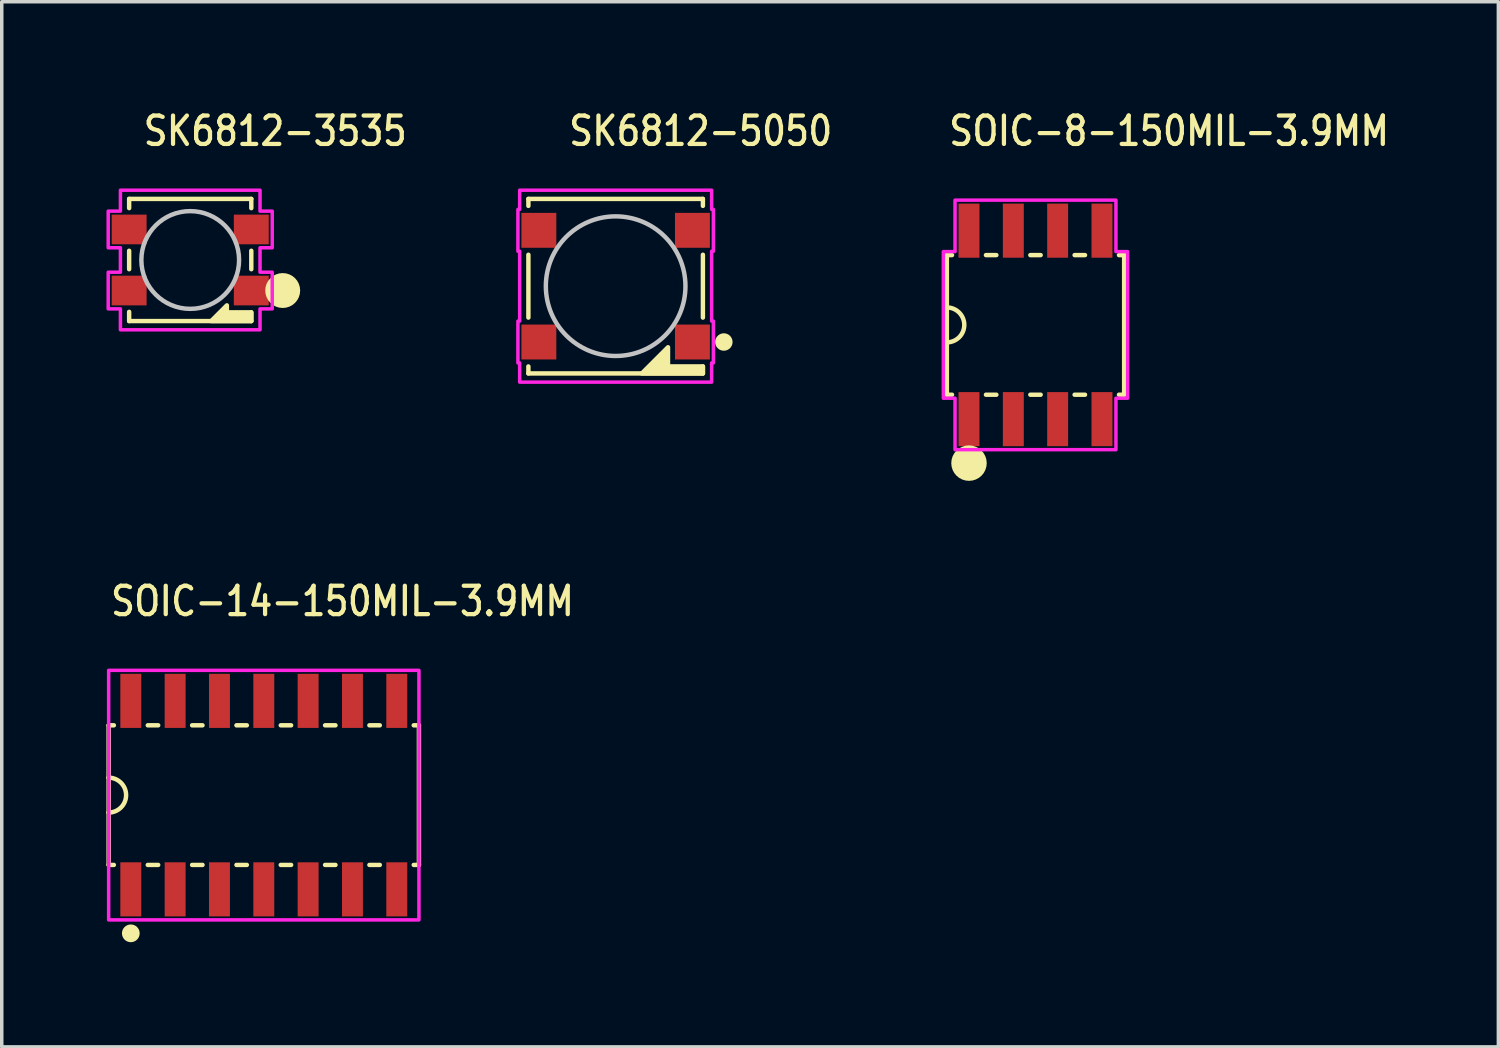
<source format=kicad_pcb>
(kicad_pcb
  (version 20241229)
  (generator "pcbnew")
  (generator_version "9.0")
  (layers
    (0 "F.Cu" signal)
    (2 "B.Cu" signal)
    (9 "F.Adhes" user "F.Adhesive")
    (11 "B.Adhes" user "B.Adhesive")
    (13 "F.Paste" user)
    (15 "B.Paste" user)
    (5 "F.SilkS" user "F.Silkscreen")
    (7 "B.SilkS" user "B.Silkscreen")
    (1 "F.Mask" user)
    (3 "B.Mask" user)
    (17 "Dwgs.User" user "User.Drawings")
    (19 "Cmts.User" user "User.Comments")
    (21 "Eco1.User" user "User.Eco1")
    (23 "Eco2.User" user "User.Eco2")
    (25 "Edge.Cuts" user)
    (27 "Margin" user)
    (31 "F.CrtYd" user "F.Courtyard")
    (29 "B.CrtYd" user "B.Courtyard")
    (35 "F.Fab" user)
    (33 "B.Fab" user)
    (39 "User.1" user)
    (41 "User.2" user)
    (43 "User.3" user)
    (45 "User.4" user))
  (footprint "SK6812-3535"
    (layer "F.Cu")
    (at 2.4 4.399)
    (property "Reference" "SK6812-3535" (at -1.4 -3.22 0) (unlocked yes) (layer "F.SilkS") (effects (font (size 0.813 0.695) (thickness 0.122)) (justify left bottom)))
    (fp_line (start -1.75 -1.75) (end -1.75 -1.486) (stroke (width 0.127) (type solid)) (layer "F.SilkS"))
    (fp_line (start -1.75 -1.75) (end 1.75 -1.75) (stroke (width 0.127) (type solid)) (layer "F.SilkS"))
    (fp_line (start -1.75 -0.264) (end -1.75 0.264) (stroke (width 0.127) (type solid)) (layer "F.SilkS"))
    (fp_line (start -1.75 1.75) (end -1.75 1.486) (stroke (width 0.127) (type solid)) (layer "F.SilkS"))
    (fp_line (start 1.75 -1.75) (end 1.75 -1.486) (stroke (width 0.127) (type solid)) (layer "F.SilkS"))
    (fp_line (start 1.75 -0.264) (end 1.75 0.264) (stroke (width 0.127) (type solid)) (layer "F.SilkS"))
    (fp_line (start 1.75 1.75) (end -1.75 1.75) (stroke (width 0.127) (type solid)) (layer "F.SilkS"))
    (fp_line (start 1.75 1.75) (end 1.75 1.5) (stroke (width 0.127) (type solid)) (layer "F.SilkS"))
    (fp_circle (center 2.65 0.875) (end 2.65 0.875) (stroke (width 0.5) (type solid)) (fill no) (layer "F.SilkS"))
    (fp_poly (pts (xy 0.6 1.75) (xy 1.05 1.3) (xy 1.05 1.5) (xy 1.75 1.5) (xy 1.75 1.75)) (stroke (width 0.127) (type solid)) (fill yes) (layer "F.SilkS"))
    (fp_circle (center 0 0) (end 1.4 0) (stroke (width 0.127) (type solid)) (fill no) (layer "Dwgs.User"))
    (fp_poly (pts (xy -2 -2) (xy 2 -2) (xy 2 -1.4) (xy 2.35 -1.4) (xy 2.35 -0.35) (xy 2 -0.35) (xy 2 0.35) (xy 2.35 0.35) (xy 2.35 1.4) (xy 2 1.4) (xy 2 2) (xy -2 2) (xy -2 1.4) (xy -2.35 1.4) (xy -2.35 0.35) (xy -2 0.35) (xy -2 -0.35) (xy -2.35 -0.35) (xy -2.35 -1.4) (xy -2 -1.4)) (stroke (width 0.1) (type solid)) (fill no) (layer "F.CrtYd"))
    (pad "1" smd rect (at 1.75 0.875) (size 1 0.85) (layers "F.Cu" "F.Mask" "F.Paste"))
    (pad "2" smd rect (at 1.75 -0.875) (size 1 0.85) (layers "F.Cu" "F.Mask" "F.Paste"))
    (pad "3" smd rect (at -1.75 -0.875) (size 1 0.85) (layers "F.Cu" "F.Mask" "F.Paste"))
    (pad "4" smd rect (at -1.75 0.875) (size 1 0.85) (layers "F.Cu" "F.Mask" "F.Paste")))
  (footprint "SOIC-14-150MIL-3.9MM"
    (layer "F.Cu")
    (at 4.508 19.731)
    (property "Reference" "SOIC-14-150MIL-3.9MM" (at -4.445 -5.08 0) (unlocked yes) (layer "F.SilkS") (effects (font (size 0.813 0.695) (thickness 0.122)) (justify left bottom)))
    (fp_line (start -4.445 -2) (end -4.445 -0.5) (stroke (width 0.127) (type solid)) (layer "F.SilkS"))
    (fp_line (start -4.445 -2) (end -4.296 -2) (stroke (width 0.127) (type solid)) (layer "F.SilkS"))
    (fp_line (start -4.445 -0.5) (end -4.445 0.5) (stroke (width 0.127) (type solid)) (layer "F.SilkS"))
    (fp_line (start -4.445 0.5) (end -4.445 2) (stroke (width 0.127) (type solid)) (layer "F.SilkS"))
    (fp_line (start -4.445 2) (end -4.296 2) (stroke (width 0.127) (type solid)) (layer "F.SilkS"))
    (fp_line (start -3.324 -2) (end -3.026 -2) (stroke (width 0.127) (type solid)) (layer "F.SilkS"))
    (fp_line (start -3.324 2) (end -3.026 2) (stroke (width 0.127) (type solid)) (layer "F.SilkS"))
    (fp_line (start -2.054 -2) (end -1.756 -2) (stroke (width 0.127) (type solid)) (layer "F.SilkS"))
    (fp_line (start -2.054 2) (end -1.756 2) (stroke (width 0.127) (type solid)) (layer "F.SilkS"))
    (fp_line (start -0.783 -2) (end -0.486 -2) (stroke (width 0.127) (type solid)) (layer "F.SilkS"))
    (fp_line (start -0.783 2) (end -0.486 2) (stroke (width 0.127) (type solid)) (layer "F.SilkS"))
    (fp_line (start 0.486 -2) (end 0.783 -2) (stroke (width 0.127) (type solid)) (layer "F.SilkS"))
    (fp_line (start 0.486 2) (end 0.783 2) (stroke (width 0.127) (type solid)) (layer "F.SilkS"))
    (fp_line (start 1.756 -2) (end 2.054 -2) (stroke (width 0.127) (type solid)) (layer "F.SilkS"))
    (fp_line (start 1.756 2) (end 2.054 2) (stroke (width 0.127) (type solid)) (layer "F.SilkS"))
    (fp_line (start 3.026 -2) (end 3.324 -2) (stroke (width 0.127) (type solid)) (layer "F.SilkS"))
    (fp_line (start 3.026 2) (end 3.324 2) (stroke (width 0.127) (type solid)) (layer "F.SilkS"))
    (fp_line (start 4.296 -2) (end 4.445 -2) (stroke (width 0.127) (type solid)) (layer "F.SilkS"))
    (fp_line (start 4.296 2) (end 4.445 2) (stroke (width 0.127) (type solid)) (layer "F.SilkS"))
    (fp_line (start 4.445 -2) (end 4.445 2) (stroke (width 0.127) (type solid)) (layer "F.SilkS"))
    (fp_arc (start -4.445 -0.5) (mid -3.945 0) (end -4.445 0.5) (stroke (width 0.127) (type solid)) (layer "F.SilkS"))
    (fp_circle (center -3.81 3.96) (end -3.556 3.96) (stroke (width 0) (type solid)) (fill yes) (layer "F.SilkS"))
    (fp_poly (pts (xy -4.445 3.575) (xy 4.445 3.575) (xy 4.445 -3.575) (xy -4.445 -3.575)) (stroke (width 0.1) (type solid)) (fill no) (layer "F.CrtYd"))
    (pad "1" smd rect (at -3.81 2.7) (size 0.6 1.55) (layers "F.Cu" "F.Mask" "F.Paste"))
    (pad "2" smd rect (at -2.54 2.7) (size 0.6 1.55) (layers "F.Cu" "F.Mask" "F.Paste"))
    (pad "3" smd rect (at -1.27 2.7) (size 0.6 1.55) (layers "F.Cu" "F.Mask" "F.Paste"))
    (pad "4" smd rect (at 0 2.7) (size 0.6 1.55) (layers "F.Cu" "F.Mask" "F.Paste"))
    (pad "5" smd rect (at 1.27 2.7) (size 0.6 1.55) (layers "F.Cu" "F.Mask" "F.Paste"))
    (pad "6" smd rect (at 2.54 2.7) (size 0.6 1.55) (layers "F.Cu" "F.Mask" "F.Paste"))
    (pad "7" smd rect (at 3.81 2.7) (size 0.6 1.55) (layers "F.Cu" "F.Mask" "F.Paste"))
    (pad "8" smd rect (at 3.81 -2.7) (size 0.6 1.55) (layers "F.Cu" "F.Mask" "F.Paste"))
    (pad "9" smd rect (at 2.54 -2.7) (size 0.6 1.55) (layers "F.Cu" "F.Mask" "F.Paste"))
    (pad "10" smd rect (at 1.27 -2.7) (size 0.6 1.55) (layers "F.Cu" "F.Mask" "F.Paste"))
    (pad "11" smd rect (at 0 -2.7) (size 0.6 1.55) (layers "F.Cu" "F.Mask" "F.Paste"))
    (pad "12" smd rect (at -1.27 -2.7) (size 0.6 1.55) (layers "F.Cu" "F.Mask" "F.Paste"))
    (pad "13" smd rect (at -2.54 -2.7) (size 0.6 1.55) (layers "F.Cu" "F.Mask" "F.Paste"))
    (pad "14" smd rect (at -3.81 -2.7) (size 0.6 1.55) (layers "F.Cu" "F.Mask" "F.Paste")))
  (footprint "SOIC-8-150MIL-3.9MM"
    (layer "F.Cu")
    (at 26.618 6.259)
    (property "Reference" "SOIC-8-150MIL-3.9MM" (at -2.54 -5.08 0) (unlocked yes) (layer "F.SilkS") (effects (font (size 0.813 0.695) (thickness 0.122)) (justify left bottom)))
    (fp_line (start -2.54 -2) (end -2.54 -0.5) (stroke (width 0.127) (type solid)) (layer "F.SilkS"))
    (fp_line (start -2.54 -2) (end -2.392 -2) (stroke (width 0.127) (type solid)) (layer "F.SilkS"))
    (fp_line (start -2.54 -0.5) (end -2.54 0.5) (stroke (width 0.127) (type solid)) (layer "F.SilkS"))
    (fp_line (start -2.54 0.5) (end -2.54 2) (stroke (width 0.127) (type solid)) (layer "F.SilkS"))
    (fp_line (start -2.54 2) (end -2.392 2) (stroke (width 0.127) (type solid)) (layer "F.SilkS"))
    (fp_line (start -1.419 -2) (end -1.121 -2) (stroke (width 0.127) (type solid)) (layer "F.SilkS"))
    (fp_line (start -1.419 2) (end -1.121 2) (stroke (width 0.127) (type solid)) (layer "F.SilkS"))
    (fp_line (start -0.148 -2) (end 0.148 -2) (stroke (width 0.127) (type solid)) (layer "F.SilkS"))
    (fp_line (start -0.148 2) (end 0.148 2) (stroke (width 0.127) (type solid)) (layer "F.SilkS"))
    (fp_line (start 1.121 -2) (end 1.419 -2) (stroke (width 0.127) (type solid)) (layer "F.SilkS"))
    (fp_line (start 1.121 2) (end 1.419 2) (stroke (width 0.127) (type solid)) (layer "F.SilkS"))
    (fp_line (start 2.392 -2) (end 2.54 -2) (stroke (width 0.127) (type solid)) (layer "F.SilkS"))
    (fp_line (start 2.392 2) (end 2.54 2) (stroke (width 0.127) (type solid)) (layer "F.SilkS"))
    (fp_line (start 2.54 -2) (end 2.54 2) (stroke (width 0.127) (type solid)) (layer "F.SilkS"))
    (fp_arc (start -2.54 -0.5) (mid -2.04 0) (end -2.54 0.5) (stroke (width 0.127) (type solid)) (layer "F.SilkS"))
    (fp_circle (center -1.905 3.96) (end -1.905 3.96) (stroke (width 0.508) (type solid)) (fill no) (layer "F.SilkS"))
    (fp_poly (pts (xy -2.305 3.575) (xy -2.305 2.1) (xy -2.64 2.1) (xy -2.64 -2.1) (xy -2.305 -2.1) (xy -2.305 -3.575) (xy 2.305 -3.575) (xy 2.305 -2.1) (xy 2.64 -2.1) (xy 2.64 2.1) (xy 2.305 2.1) (xy 2.305 3.575)) (stroke (width 0.1) (type solid)) (fill no) (layer "F.CrtYd"))
    (pad "1" smd rect (at -1.905 2.7) (size 0.6 1.55) (layers "F.Cu" "F.Mask" "F.Paste"))
    (pad "2" smd rect (at -0.635 2.7) (size 0.6 1.55) (layers "F.Cu" "F.Mask" "F.Paste"))
    (pad "3" smd rect (at 0.635 2.7) (size 0.6 1.55) (layers "F.Cu" "F.Mask" "F.Paste"))
    (pad "4" smd rect (at 1.905 2.7) (size 0.6 1.55) (layers "F.Cu" "F.Mask" "F.Paste"))
    (pad "5" smd rect (at 1.905 -2.7) (size 0.6 1.55) (layers "F.Cu" "F.Mask" "F.Paste"))
    (pad "6" smd rect (at 0.635 -2.7) (size 0.6 1.55) (layers "F.Cu" "F.Mask" "F.Paste"))
    (pad "7" smd rect (at -0.635 -2.7) (size 0.6 1.55) (layers "F.Cu" "F.Mask" "F.Paste"))
    (pad "8" smd rect (at -1.905 -2.7) (size 0.6 1.55) (layers "F.Cu" "F.Mask" "F.Paste")))
  (footprint "SK6812-5050"
    (layer "F.Cu")
    (at 14.589 5.149)
    (property "Reference" "SK6812-5050" (at -1.4 -3.97 0) (unlocked yes) (layer "F.SilkS") (effects (font (size 0.813 0.695) (thickness 0.122)) (justify left bottom)))
    (fp_line (start -2.5 -2.5) (end -2.5 -2.3) (stroke (width 0.127) (type solid)) (layer "F.SilkS"))
    (fp_line (start -2.5 -2.5) (end 2.5 -2.5) (stroke (width 0.127) (type solid)) (layer "F.SilkS"))
    (fp_line (start -2.5 -0.9) (end -2.5 0.9) (stroke (width 0.127) (type solid)) (layer "F.SilkS"))
    (fp_line (start -2.5 2.5) (end -2.5 2.3) (stroke (width 0.127) (type solid)) (layer "F.SilkS"))
    (fp_line (start 2.5 -2.5) (end 2.5 -2.3) (stroke (width 0.127) (type solid)) (layer "F.SilkS"))
    (fp_line (start 2.5 -0.9) (end 2.5 0.9) (stroke (width 0.127) (type solid)) (layer "F.SilkS"))
    (fp_line (start 2.5 2.5) (end -2.5 2.5) (stroke (width 0.127) (type solid)) (layer "F.SilkS"))
    (fp_line (start 2.5 2.5) (end 2.5 2.3) (stroke (width 0.127) (type solid)) (layer "F.SilkS"))
    (fp_circle (center 3.1 1.6) (end 3.35 1.6) (stroke (width 0) (type solid)) (fill yes) (layer "F.SilkS"))
    (fp_poly (pts (xy 0.75 2.5) (xy 1.5 1.75) (xy 1.5 2.3) (xy 2.5 2.3) (xy 2.5 2.5)) (stroke (width 0.127) (type solid)) (fill yes) (layer "F.SilkS"))
    (fp_circle (center 0 0) (end 2 0) (stroke (width 0.127) (type solid)) (fill no) (layer "Dwgs.User"))
    (fp_poly (pts (xy -2.75 -2.75) (xy 2.75 -2.75) (xy 2.75 -2.2) (xy 2.8 -2.2) (xy 2.8 -1) (xy 2.75 -1) (xy 2.75 1) (xy 2.8 1) (xy 2.8 2.2) (xy 2.75 2.2) (xy 2.75 2.75) (xy -2.75 2.75) (xy -2.75 2.2) (xy -2.8 2.2) (xy -2.8 1) (xy -2.75 1) (xy -2.75 -1) (xy -2.8 -1) (xy -2.8 -2.2) (xy -2.75 -2.2)) (stroke (width 0.1) (type solid)) (fill no) (layer "F.CrtYd"))
    (pad "1" smd rect (at 2.2 1.6) (size 1 1) (layers "F.Cu" "F.Mask" "F.Paste"))
    (pad "2" smd rect (at 2.2 -1.6) (size 1 1) (layers "F.Cu" "F.Mask" "F.Paste"))
    (pad "3" smd rect (at -2.2 -1.6) (size 1 1) (layers "F.Cu" "F.Mask" "F.Paste"))
    (pad "4" smd rect (at -2.2 1.6) (size 1 1) (layers "F.Cu" "F.Mask" "F.Paste")))
  (gr_rect
    (start -3 -3)
    (end 39.88 26.945)
    (stroke (width 0.1) (type default))
    (fill no)
    (layer "Edge.Cuts")))
</source>
